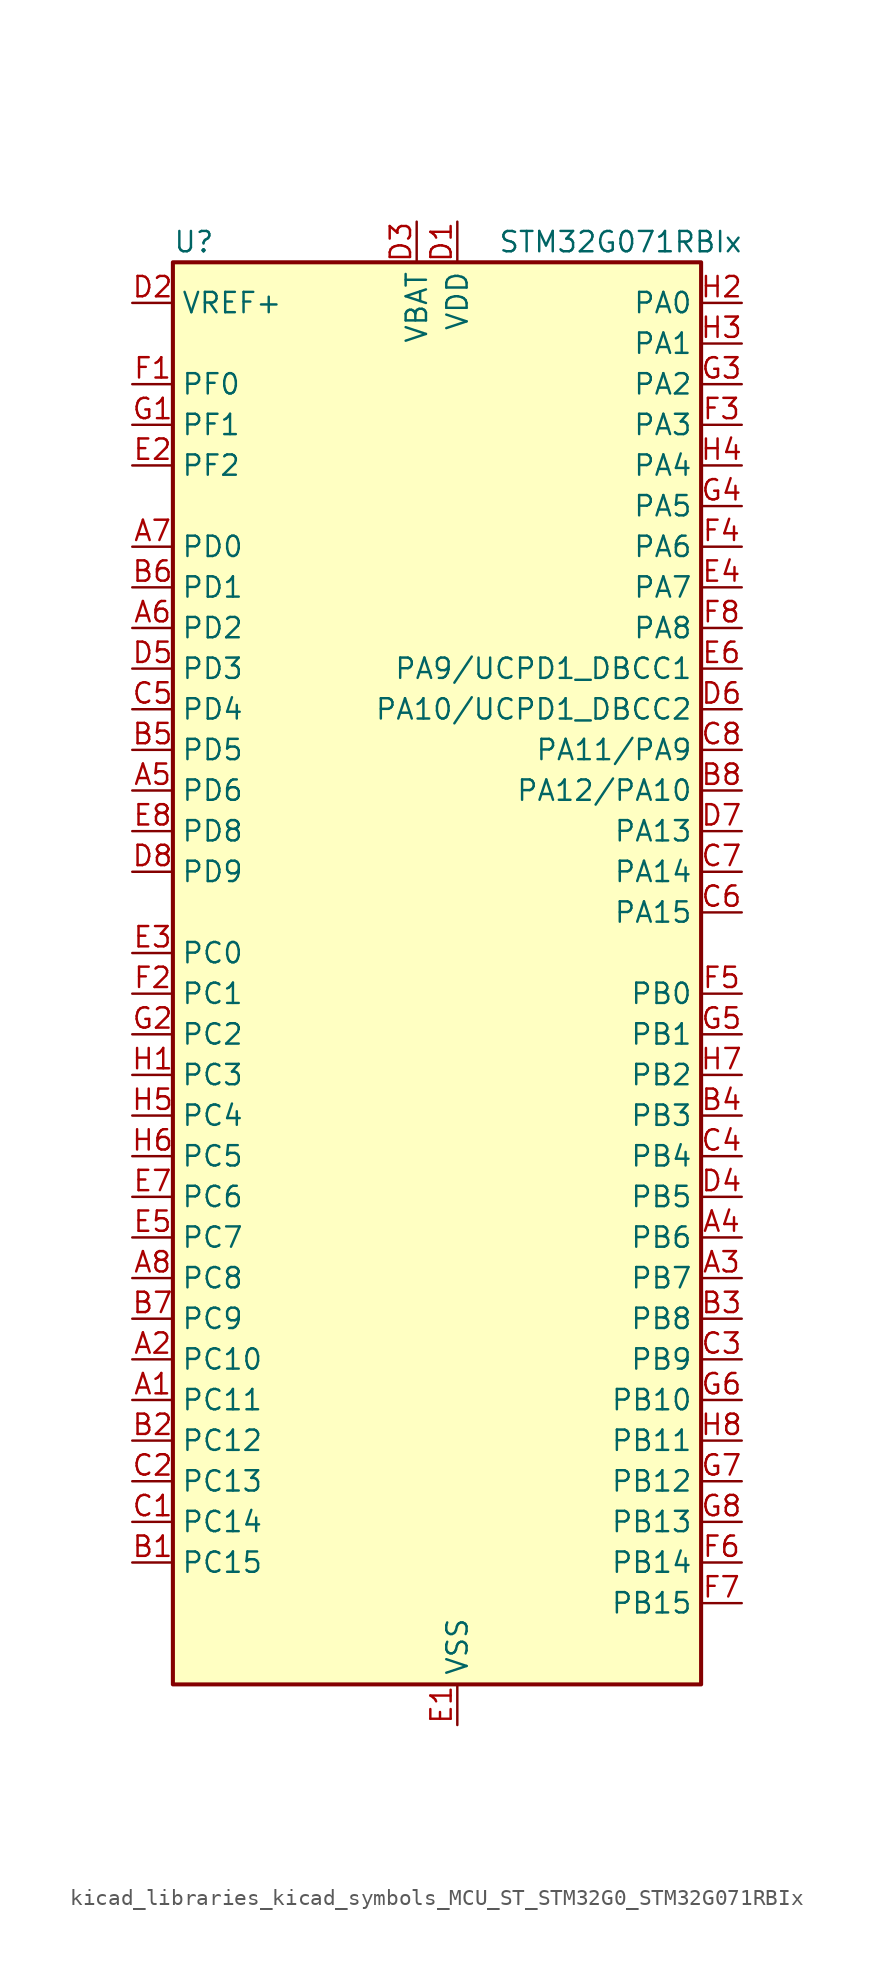
<source format=kicad_sym>
(kicad_symbol_lib
  (version 20220914)
  (generator kicad_symbol_editor)
  (symbol "kicad_libraries_kicad_symbols_MCU_ST_STM32G0_STM32G071RBIx"
    (property "Reference" "U"
      (at -15.24 46.99 0)
      (effects (font (size 1.27 1.27)) (justify left)))
    (property "Value" "STM32G071RBIx"
      (at 5.08 46.99 0)
      (effects (font (size 1.27 1.27)) (justify left)))
    (property "ki_locked" ""
      (at 0 0 0)
      (effects (font (size 1.27 1.27))))
    (symbol "kicad_libraries_kicad_symbols_MCU_ST_STM32G0_STM32G071RBIx_0_1"
      (rectangle (start -15.24 -43.18) (end 17.78 45.72) (stroke (width 0.254) (type default)) (fill (type background))))
    (symbol "kicad_libraries_kicad_symbols_MCU_ST_STM32G0_STM32G071RBIx_1_1"
      (pin bidirectional line (at -17.78 -25.4 0) (length 2.54) (name "PC11" (effects (font (size 1.27 1.27)))) (number "A1" (effects (font (size 1.27 1.27)))) (alternate "ADC1_EXTI11" bidirectional line) (alternate "TIM1_CH4" bidirectional line) (alternate "USART3_RX" bidirectional line) (alternate "USART4_RX" bidirectional line))
      (pin bidirectional line (at -17.78 -22.86 0) (length 2.54) (name "PC10" (effects (font (size 1.27 1.27)))) (number "A2" (effects (font (size 1.27 1.27)))) (alternate "TIM1_CH3" bidirectional line) (alternate "USART3_TX" bidirectional line) (alternate "USART4_TX" bidirectional line))
      (pin bidirectional line (at 20.32 -17.78 180) (length 2.54) (name "PB7" (effects (font (size 1.27 1.27)))) (number "A3" (effects (font (size 1.27 1.27)))) (alternate "COMP2_INM" bidirectional line) (alternate "I2C1_SDA" bidirectional line) (alternate "LPTIM1_IN2" bidirectional line) (alternate "SPI2_MOSI" bidirectional line) (alternate "SYS_PVD_IN" bidirectional line) (alternate "TIM17_CH1N" bidirectional line) (alternate "USART1_RX" bidirectional line) (alternate "USART4_CTS" bidirectional line) (alternate "USART4_NSS" bidirectional line))
      (pin bidirectional line (at 20.32 -15.24 180) (length 2.54) (name "PB6" (effects (font (size 1.27 1.27)))) (number "A4" (effects (font (size 1.27 1.27)))) (alternate "COMP2_INP" bidirectional line) (alternate "I2C1_SCL" bidirectional line) (alternate "LPTIM1_ETR" bidirectional line) (alternate "SPI2_MISO" bidirectional line) (alternate "TIM16_CH1N" bidirectional line) (alternate "TIM1_CH3" bidirectional line) (alternate "USART1_TX" bidirectional line))
      (pin bidirectional line (at -17.78 12.7 0) (length 2.54) (name "PD6" (effects (font (size 1.27 1.27)))) (number "A5" (effects (font (size 1.27 1.27)))) (alternate "I2S1_SD" bidirectional line) (alternate "LPTIM2_OUT" bidirectional line) (alternate "SPI1_MOSI" bidirectional line) (alternate "USART2_RX" bidirectional line))
      (pin bidirectional line (at -17.78 22.86 0) (length 2.54) (name "PD2" (effects (font (size 1.27 1.27)))) (number "A6" (effects (font (size 1.27 1.27)))) (alternate "TIM1_CH1N" bidirectional line) (alternate "TIM3_ETR" bidirectional line) (alternate "UCPD2_CC2" bidirectional line) (alternate "USART3_CK" bidirectional line) (alternate "USART3_DE" bidirectional line) (alternate "USART3_RTS" bidirectional line))
      (pin bidirectional line (at -17.78 27.94 0) (length 2.54) (name "PD0" (effects (font (size 1.27 1.27)))) (number "A7" (effects (font (size 1.27 1.27)))) (alternate "SPI2_NSS" bidirectional line) (alternate "TIM16_CH1" bidirectional line) (alternate "UCPD2_CC1" bidirectional line))
      (pin bidirectional line (at -17.78 -17.78 0) (length 2.54) (name "PC8" (effects (font (size 1.27 1.27)))) (number "A8" (effects (font (size 1.27 1.27)))) (alternate "TIM1_CH1" bidirectional line) (alternate "TIM3_CH3" bidirectional line) (alternate "UCPD2_FRSTX1" bidirectional line) (alternate "UCPD2_FRSTX2" bidirectional line))
      (pin bidirectional line (at -17.78 -35.56 0) (length 2.54) (name "PC15" (effects (font (size 1.27 1.27)))) (number "B1" (effects (font (size 1.27 1.27)))) (alternate "RCC_OSC32_EN" bidirectional line) (alternate "RCC_OSC32_OUT" bidirectional line) (alternate "RCC_OSC_EN" bidirectional line) (alternate "TIM15_BK" bidirectional line))
      (pin bidirectional line (at -17.78 -27.94 0) (length 2.54) (name "PC12" (effects (font (size 1.27 1.27)))) (number "B2" (effects (font (size 1.27 1.27)))) (alternate "LPTIM1_IN1" bidirectional line) (alternate "TIM14_CH1" bidirectional line) (alternate "UCPD1_FRSTX1" bidirectional line) (alternate "UCPD1_FRSTX2" bidirectional line))
      (pin bidirectional line (at 20.32 -20.32 180) (length 2.54) (name "PB8" (effects (font (size 1.27 1.27)))) (number "B3" (effects (font (size 1.27 1.27)))) (alternate "CEC" bidirectional line) (alternate "I2C1_SCL" bidirectional line) (alternate "SPI2_SCK" bidirectional line) (alternate "TIM15_BK" bidirectional line) (alternate "TIM16_CH1" bidirectional line) (alternate "USART3_TX" bidirectional line))
      (pin bidirectional line (at 20.32 -7.62 180) (length 2.54) (name "PB3" (effects (font (size 1.27 1.27)))) (number "B4" (effects (font (size 1.27 1.27)))) (alternate "COMP2_INM" bidirectional line) (alternate "I2S1_CK" bidirectional line) (alternate "SPI1_SCK" bidirectional line) (alternate "TIM1_CH2" bidirectional line) (alternate "TIM2_CH2" bidirectional line) (alternate "USART1_CK" bidirectional line) (alternate "USART1_DE" bidirectional line) (alternate "USART1_RTS" bidirectional line))
      (pin bidirectional line (at -17.78 15.24 0) (length 2.54) (name "PD5" (effects (font (size 1.27 1.27)))) (number "B5" (effects (font (size 1.27 1.27)))) (alternate "I2S1_MCK" bidirectional line) (alternate "SPI1_MISO" bidirectional line) (alternate "TIM1_BK" bidirectional line) (alternate "USART2_TX" bidirectional line))
      (pin bidirectional line (at -17.78 25.4 0) (length 2.54) (name "PD1" (effects (font (size 1.27 1.27)))) (number "B6" (effects (font (size 1.27 1.27)))) (alternate "SPI2_SCK" bidirectional line) (alternate "TIM17_CH1" bidirectional line) (alternate "UCPD2_DBCC1" bidirectional line))
      (pin bidirectional line (at -17.78 -20.32 0) (length 2.54) (name "PC9" (effects (font (size 1.27 1.27)))) (number "B7" (effects (font (size 1.27 1.27)))) (alternate "DAC1_EXTI9" bidirectional line) (alternate "I2S_CKIN" bidirectional line) (alternate "TIM1_CH2" bidirectional line) (alternate "TIM3_CH4" bidirectional line))
      (pin bidirectional line (at 20.32 12.7 180) (length 2.54) (name "PA12/PA10" (effects (font (size 1.27 1.27)))) (number "B8" (effects (font (size 1.27 1.27)))) (alternate "COMP2_OUT" bidirectional line) (alternate "I2C2_SDA" bidirectional line) (alternate "I2S1_SD" bidirectional line) (alternate "I2S_CKIN" bidirectional line) (alternate "SPI1_MOSI" bidirectional line) (alternate "TIM1_ETR" bidirectional line) (alternate "USART1_CK" bidirectional line) (alternate "USART1_DE" bidirectional line) (alternate "USART1_RTS" bidirectional line))
      (pin bidirectional line (at -17.78 -33.02 0) (length 2.54) (name "PC14" (effects (font (size 1.27 1.27)))) (number "C1" (effects (font (size 1.27 1.27)))) (alternate "RCC_OSC32_IN" bidirectional line) (alternate "TIM1_BK2" bidirectional line))
      (pin bidirectional line (at -17.78 -30.48 0) (length 2.54) (name "PC13" (effects (font (size 1.27 1.27)))) (number "C2" (effects (font (size 1.27 1.27)))) (alternate "RTC_OUT_ALARM" bidirectional line) (alternate "RTC_OUT_CALIB" bidirectional line) (alternate "RTC_TAMP_IN1" bidirectional line) (alternate "RTC_TS" bidirectional line) (alternate "SYS_WKUP2" bidirectional line) (alternate "TIM1_BK" bidirectional line))
      (pin bidirectional line (at 20.32 -22.86 180) (length 2.54) (name "PB9" (effects (font (size 1.27 1.27)))) (number "C3" (effects (font (size 1.27 1.27)))) (alternate "DAC1_EXTI9" bidirectional line) (alternate "I2C1_SDA" bidirectional line) (alternate "IR_OUT" bidirectional line) (alternate "SPI2_NSS" bidirectional line) (alternate "TIM17_CH1" bidirectional line) (alternate "UCPD2_FRSTX1" bidirectional line) (alternate "UCPD2_FRSTX2" bidirectional line) (alternate "USART3_RX" bidirectional line))
      (pin bidirectional line (at 20.32 -10.16 180) (length 2.54) (name "PB4" (effects (font (size 1.27 1.27)))) (number "C4" (effects (font (size 1.27 1.27)))) (alternate "COMP2_INP" bidirectional line) (alternate "I2S1_MCK" bidirectional line) (alternate "SPI1_MISO" bidirectional line) (alternate "TIM17_BK" bidirectional line) (alternate "TIM3_CH1" bidirectional line) (alternate "USART1_CTS" bidirectional line) (alternate "USART1_NSS" bidirectional line))
      (pin bidirectional line (at -17.78 17.78 0) (length 2.54) (name "PD4" (effects (font (size 1.27 1.27)))) (number "C5" (effects (font (size 1.27 1.27)))) (alternate "SPI2_MOSI" bidirectional line) (alternate "TIM1_CH3N" bidirectional line) (alternate "USART2_CK" bidirectional line) (alternate "USART2_DE" bidirectional line) (alternate "USART2_RTS" bidirectional line))
      (pin bidirectional line (at 20.32 5.08 180) (length 2.54) (name "PA15" (effects (font (size 1.27 1.27)))) (number "C6" (effects (font (size 1.27 1.27)))) (alternate "I2S1_WS" bidirectional line) (alternate "SPI1_NSS" bidirectional line) (alternate "TIM2_CH1" bidirectional line) (alternate "TIM2_ETR" bidirectional line) (alternate "USART2_RX" bidirectional line) (alternate "USART3_CK" bidirectional line) (alternate "USART3_DE" bidirectional line) (alternate "USART3_RTS" bidirectional line) (alternate "USART4_CK" bidirectional line) (alternate "USART4_DE" bidirectional line) (alternate "USART4_RTS" bidirectional line))
      (pin bidirectional line (at 20.32 7.62 180) (length 2.54) (name "PA14" (effects (font (size 1.27 1.27)))) (number "C7" (effects (font (size 1.27 1.27)))) (alternate "SYS_SWCLK" bidirectional line) (alternate "USART2_TX" bidirectional line))
      (pin bidirectional line (at 20.32 15.24 180) (length 2.54) (name "PA11/PA9" (effects (font (size 1.27 1.27)))) (number "C8" (effects (font (size 1.27 1.27)))) (alternate "ADC1_EXTI11" bidirectional line) (alternate "COMP1_OUT" bidirectional line) (alternate "I2C2_SCL" bidirectional line) (alternate "I2S1_MCK" bidirectional line) (alternate "SPI1_MISO" bidirectional line) (alternate "TIM1_BK2" bidirectional line) (alternate "TIM1_CH4" bidirectional line) (alternate "USART1_CTS" bidirectional line) (alternate "USART1_NSS" bidirectional line))
      (pin power_in line (at 2.54 48.26 270) (length 2.54) (name "VDD" (effects (font (size 1.27 1.27)))) (number "D1" (effects (font (size 1.27 1.27)))))
      (pin input line (at -17.78 43.18 0) (length 2.54) (name "VREF+" (effects (font (size 1.27 1.27)))) (number "D2" (effects (font (size 1.27 1.27)))) (alternate "VREFBUF_OUT" bidirectional line))
      (pin power_in line (at 0 48.26 270) (length 2.54) (name "VBAT" (effects (font (size 1.27 1.27)))) (number "D3" (effects (font (size 1.27 1.27)))))
      (pin bidirectional line (at 20.32 -12.7 180) (length 2.54) (name "PB5" (effects (font (size 1.27 1.27)))) (number "D4" (effects (font (size 1.27 1.27)))) (alternate "COMP2_OUT" bidirectional line) (alternate "I2C1_SMBA" bidirectional line) (alternate "I2S1_SD" bidirectional line) (alternate "LPTIM1_IN1" bidirectional line) (alternate "SPI1_MOSI" bidirectional line) (alternate "SYS_WKUP6" bidirectional line) (alternate "TIM16_BK" bidirectional line) (alternate "TIM3_CH2" bidirectional line))
      (pin bidirectional line (at -17.78 20.32 0) (length 2.54) (name "PD3" (effects (font (size 1.27 1.27)))) (number "D5" (effects (font (size 1.27 1.27)))) (alternate "SPI2_MISO" bidirectional line) (alternate "TIM1_CH2N" bidirectional line) (alternate "UCPD2_DBCC2" bidirectional line) (alternate "USART2_CTS" bidirectional line) (alternate "USART2_NSS" bidirectional line))
      (pin bidirectional line (at 20.32 17.78 180) (length 2.54) (name "PA10/UCPD1_DBCC2" (effects (font (size 1.27 1.27)))) (number "D6" (effects (font (size 1.27 1.27)))) (alternate "I2C1_SDA" bidirectional line) (alternate "SPI2_MOSI" bidirectional line) (alternate "TIM17_BK" bidirectional line) (alternate "TIM1_CH3" bidirectional line) (alternate "UCPD1_DBCC2" bidirectional line) (alternate "USART1_RX" bidirectional line))
      (pin bidirectional line (at 20.32 10.16 180) (length 2.54) (name "PA13" (effects (font (size 1.27 1.27)))) (number "D7" (effects (font (size 1.27 1.27)))) (alternate "IR_OUT" bidirectional line) (alternate "SYS_SWDIO" bidirectional line))
      (pin bidirectional line (at -17.78 7.62 0) (length 2.54) (name "PD9" (effects (font (size 1.27 1.27)))) (number "D8" (effects (font (size 1.27 1.27)))) (alternate "DAC1_EXTI9" bidirectional line) (alternate "I2S1_WS" bidirectional line) (alternate "SPI1_NSS" bidirectional line) (alternate "TIM1_BK2" bidirectional line) (alternate "USART3_RX" bidirectional line))
      (pin power_in line (at 2.54 -45.72 90) (length 2.54) (name "VSS" (effects (font (size 1.27 1.27)))) (number "E1" (effects (font (size 1.27 1.27)))))
      (pin bidirectional line (at -17.78 33.02 0) (length 2.54) (name "PF2" (effects (font (size 1.27 1.27)))) (number "E2" (effects (font (size 1.27 1.27)))) (alternate "RCC_MCO" bidirectional line))
      (pin bidirectional line (at -17.78 2.54 0) (length 2.54) (name "PC0" (effects (font (size 1.27 1.27)))) (number "E3" (effects (font (size 1.27 1.27)))) (alternate "LPTIM1_IN1" bidirectional line) (alternate "LPTIM2_IN1" bidirectional line) (alternate "LPUART1_RX" bidirectional line))
      (pin bidirectional line (at 20.32 25.4 180) (length 2.54) (name "PA7" (effects (font (size 1.27 1.27)))) (number "E4" (effects (font (size 1.27 1.27)))) (alternate "ADC1_IN7" bidirectional line) (alternate "COMP2_OUT" bidirectional line) (alternate "I2S1_SD" bidirectional line) (alternate "SPI1_MOSI" bidirectional line) (alternate "TIM14_CH1" bidirectional line) (alternate "TIM17_CH1" bidirectional line) (alternate "TIM1_CH1N" bidirectional line) (alternate "TIM3_CH2" bidirectional line) (alternate "UCPD1_FRSTX1" bidirectional line) (alternate "UCPD1_FRSTX2" bidirectional line))
      (pin bidirectional line (at -17.78 -15.24 0) (length 2.54) (name "PC7" (effects (font (size 1.27 1.27)))) (number "E5" (effects (font (size 1.27 1.27)))) (alternate "TIM2_CH4" bidirectional line) (alternate "TIM3_CH2" bidirectional line) (alternate "UCPD2_FRSTX1" bidirectional line) (alternate "UCPD2_FRSTX2" bidirectional line))
      (pin bidirectional line (at 20.32 20.32 180) (length 2.54) (name "PA9/UCPD1_DBCC1" (effects (font (size 1.27 1.27)))) (number "E6" (effects (font (size 1.27 1.27)))) (alternate "DAC1_EXTI9" bidirectional line) (alternate "I2C1_SCL" bidirectional line) (alternate "RCC_MCO" bidirectional line) (alternate "SPI2_MISO" bidirectional line) (alternate "TIM15_BK" bidirectional line) (alternate "TIM1_CH2" bidirectional line) (alternate "UCPD1_DBCC1" bidirectional line) (alternate "USART1_TX" bidirectional line))
      (pin bidirectional line (at -17.78 -12.7 0) (length 2.54) (name "PC6" (effects (font (size 1.27 1.27)))) (number "E7" (effects (font (size 1.27 1.27)))) (alternate "TIM2_CH3" bidirectional line) (alternate "TIM3_CH1" bidirectional line) (alternate "UCPD1_FRSTX1" bidirectional line) (alternate "UCPD1_FRSTX2" bidirectional line))
      (pin bidirectional line (at -17.78 10.16 0) (length 2.54) (name "PD8" (effects (font (size 1.27 1.27)))) (number "E8" (effects (font (size 1.27 1.27)))) (alternate "I2S1_CK" bidirectional line) (alternate "LPTIM1_OUT" bidirectional line) (alternate "SPI1_SCK" bidirectional line) (alternate "USART3_TX" bidirectional line))
      (pin bidirectional line (at -17.78 38.1 0) (length 2.54) (name "PF0" (effects (font (size 1.27 1.27)))) (number "F1" (effects (font (size 1.27 1.27)))) (alternate "RCC_OSC_IN" bidirectional line) (alternate "TIM14_CH1" bidirectional line))
      (pin bidirectional line (at -17.78 0 0) (length 2.54) (name "PC1" (effects (font (size 1.27 1.27)))) (number "F2" (effects (font (size 1.27 1.27)))) (alternate "LPTIM1_OUT" bidirectional line) (alternate "LPUART1_TX" bidirectional line) (alternate "TIM15_CH1" bidirectional line))
      (pin bidirectional line (at 20.32 35.56 180) (length 2.54) (name "PA3" (effects (font (size 1.27 1.27)))) (number "F3" (effects (font (size 1.27 1.27)))) (alternate "ADC1_IN3" bidirectional line) (alternate "COMP2_INP" bidirectional line) (alternate "LPUART1_RX" bidirectional line) (alternate "SPI2_MISO" bidirectional line) (alternate "TIM15_CH2" bidirectional line) (alternate "TIM2_CH4" bidirectional line) (alternate "UCPD2_FRSTX1" bidirectional line) (alternate "UCPD2_FRSTX2" bidirectional line) (alternate "USART2_RX" bidirectional line))
      (pin bidirectional line (at 20.32 27.94 180) (length 2.54) (name "PA6" (effects (font (size 1.27 1.27)))) (number "F4" (effects (font (size 1.27 1.27)))) (alternate "ADC1_IN6" bidirectional line) (alternate "COMP1_OUT" bidirectional line) (alternate "I2S1_MCK" bidirectional line) (alternate "LPUART1_CTS" bidirectional line) (alternate "SPI1_MISO" bidirectional line) (alternate "TIM16_CH1" bidirectional line) (alternate "TIM1_BK" bidirectional line) (alternate "TIM3_CH1" bidirectional line) (alternate "USART3_CTS" bidirectional line) (alternate "USART3_NSS" bidirectional line))
      (pin bidirectional line (at 20.32 0 180) (length 2.54) (name "PB0" (effects (font (size 1.27 1.27)))) (number "F5" (effects (font (size 1.27 1.27)))) (alternate "ADC1_IN8" bidirectional line) (alternate "COMP1_OUT" bidirectional line) (alternate "I2S1_WS" bidirectional line) (alternate "LPTIM1_OUT" bidirectional line) (alternate "SPI1_NSS" bidirectional line) (alternate "TIM1_CH2N" bidirectional line) (alternate "TIM3_CH3" bidirectional line) (alternate "UCPD1_FRSTX1" bidirectional line) (alternate "UCPD1_FRSTX2" bidirectional line) (alternate "USART3_RX" bidirectional line))
      (pin bidirectional line (at 20.32 -35.56 180) (length 2.54) (name "PB14" (effects (font (size 1.27 1.27)))) (number "F6" (effects (font (size 1.27 1.27)))) (alternate "I2C2_SDA" bidirectional line) (alternate "SPI2_MISO" bidirectional line) (alternate "TIM15_CH1" bidirectional line) (alternate "TIM1_CH2N" bidirectional line) (alternate "UCPD1_FRSTX1" bidirectional line) (alternate "UCPD1_FRSTX2" bidirectional line) (alternate "USART3_CK" bidirectional line) (alternate "USART3_DE" bidirectional line) (alternate "USART3_RTS" bidirectional line))
      (pin bidirectional line (at 20.32 -38.1 180) (length 2.54) (name "PB15" (effects (font (size 1.27 1.27)))) (number "F7" (effects (font (size 1.27 1.27)))) (alternate "RTC_REFIN" bidirectional line) (alternate "SPI2_MOSI" bidirectional line) (alternate "TIM15_CH1N" bidirectional line) (alternate "TIM15_CH2" bidirectional line) (alternate "TIM1_CH3N" bidirectional line) (alternate "UCPD1_CC2" bidirectional line))
      (pin bidirectional line (at 20.32 22.86 180) (length 2.54) (name "PA8" (effects (font (size 1.27 1.27)))) (number "F8" (effects (font (size 1.27 1.27)))) (alternate "LPTIM2_OUT" bidirectional line) (alternate "RCC_MCO" bidirectional line) (alternate "SPI2_NSS" bidirectional line) (alternate "TIM1_CH1" bidirectional line) (alternate "UCPD1_CC1" bidirectional line))
      (pin bidirectional line (at -17.78 35.56 0) (length 2.54) (name "PF1" (effects (font (size 1.27 1.27)))) (number "G1" (effects (font (size 1.27 1.27)))) (alternate "RCC_OSC_EN" bidirectional line) (alternate "RCC_OSC_OUT" bidirectional line) (alternate "TIM15_CH1N" bidirectional line))
      (pin bidirectional line (at -17.78 -2.54 0) (length 2.54) (name "PC2" (effects (font (size 1.27 1.27)))) (number "G2" (effects (font (size 1.27 1.27)))) (alternate "LPTIM1_IN2" bidirectional line) (alternate "SPI2_MISO" bidirectional line) (alternate "TIM15_CH2" bidirectional line))
      (pin bidirectional line (at 20.32 38.1 180) (length 2.54) (name "PA2" (effects (font (size 1.27 1.27)))) (number "G3" (effects (font (size 1.27 1.27)))) (alternate "ADC1_IN2" bidirectional line) (alternate "COMP2_INM" bidirectional line) (alternate "COMP2_OUT" bidirectional line) (alternate "I2S1_SD" bidirectional line) (alternate "LPUART1_TX" bidirectional line) (alternate "RCC_LSCO" bidirectional line) (alternate "SPI1_MOSI" bidirectional line) (alternate "SYS_WKUP4" bidirectional line) (alternate "TIM15_CH1" bidirectional line) (alternate "TIM2_CH3" bidirectional line) (alternate "UCPD1_FRSTX1" bidirectional line) (alternate "UCPD1_FRSTX2" bidirectional line) (alternate "USART2_TX" bidirectional line))
      (pin bidirectional line (at 20.32 30.48 180) (length 2.54) (name "PA5" (effects (font (size 1.27 1.27)))) (number "G4" (effects (font (size 1.27 1.27)))) (alternate "ADC1_IN5" bidirectional line) (alternate "CEC" bidirectional line) (alternate "DAC1_OUT2" bidirectional line) (alternate "I2S1_CK" bidirectional line) (alternate "LPTIM2_ETR" bidirectional line) (alternate "SPI1_SCK" bidirectional line) (alternate "TIM2_CH1" bidirectional line) (alternate "TIM2_ETR" bidirectional line) (alternate "UCPD1_FRSTX1" bidirectional line) (alternate "UCPD1_FRSTX2" bidirectional line) (alternate "USART3_TX" bidirectional line))
      (pin bidirectional line (at 20.32 -2.54 180) (length 2.54) (name "PB1" (effects (font (size 1.27 1.27)))) (number "G5" (effects (font (size 1.27 1.27)))) (alternate "ADC1_IN9" bidirectional line) (alternate "COMP1_INM" bidirectional line) (alternate "LPTIM2_IN1" bidirectional line) (alternate "LPUART1_DE" bidirectional line) (alternate "LPUART1_RTS" bidirectional line) (alternate "TIM14_CH1" bidirectional line) (alternate "TIM1_CH3N" bidirectional line) (alternate "TIM3_CH4" bidirectional line) (alternate "USART3_CK" bidirectional line) (alternate "USART3_DE" bidirectional line) (alternate "USART3_RTS" bidirectional line))
      (pin bidirectional line (at 20.32 -25.4 180) (length 2.54) (name "PB10" (effects (font (size 1.27 1.27)))) (number "G6" (effects (font (size 1.27 1.27)))) (alternate "ADC1_IN11" bidirectional line) (alternate "CEC" bidirectional line) (alternate "COMP1_OUT" bidirectional line) (alternate "I2C2_SCL" bidirectional line) (alternate "LPUART1_RX" bidirectional line) (alternate "SPI2_SCK" bidirectional line) (alternate "TIM2_CH3" bidirectional line) (alternate "USART3_TX" bidirectional line))
      (pin bidirectional line (at 20.32 -30.48 180) (length 2.54) (name "PB12" (effects (font (size 1.27 1.27)))) (number "G7" (effects (font (size 1.27 1.27)))) (alternate "ADC1_IN16" bidirectional line) (alternate "LPUART1_DE" bidirectional line) (alternate "LPUART1_RTS" bidirectional line) (alternate "SPI2_NSS" bidirectional line) (alternate "TIM15_BK" bidirectional line) (alternate "TIM1_BK" bidirectional line) (alternate "UCPD2_FRSTX1" bidirectional line) (alternate "UCPD2_FRSTX2" bidirectional line))
      (pin bidirectional line (at 20.32 -33.02 180) (length 2.54) (name "PB13" (effects (font (size 1.27 1.27)))) (number "G8" (effects (font (size 1.27 1.27)))) (alternate "I2C2_SCL" bidirectional line) (alternate "LPUART1_CTS" bidirectional line) (alternate "SPI2_SCK" bidirectional line) (alternate "TIM15_CH1N" bidirectional line) (alternate "TIM1_CH1N" bidirectional line) (alternate "USART3_CTS" bidirectional line) (alternate "USART3_NSS" bidirectional line))
      (pin bidirectional line (at -17.78 -5.08 0) (length 2.54) (name "PC3" (effects (font (size 1.27 1.27)))) (number "H1" (effects (font (size 1.27 1.27)))) (alternate "LPTIM1_ETR" bidirectional line) (alternate "LPTIM2_ETR" bidirectional line) (alternate "SPI2_MOSI" bidirectional line))
      (pin bidirectional line (at 20.32 43.18 180) (length 2.54) (name "PA0" (effects (font (size 1.27 1.27)))) (number "H2" (effects (font (size 1.27 1.27)))) (alternate "ADC1_IN0" bidirectional line) (alternate "COMP1_INM" bidirectional line) (alternate "COMP1_OUT" bidirectional line) (alternate "LPTIM1_OUT" bidirectional line) (alternate "RTC_TAMP_IN2" bidirectional line) (alternate "SPI2_SCK" bidirectional line) (alternate "SYS_WKUP1" bidirectional line) (alternate "TIM2_CH1" bidirectional line) (alternate "TIM2_ETR" bidirectional line) (alternate "UCPD2_FRSTX1" bidirectional line) (alternate "UCPD2_FRSTX2" bidirectional line) (alternate "USART2_CTS" bidirectional line) (alternate "USART2_NSS" bidirectional line) (alternate "USART4_TX" bidirectional line))
      (pin bidirectional line (at 20.32 40.64 180) (length 2.54) (name "PA1" (effects (font (size 1.27 1.27)))) (number "H3" (effects (font (size 1.27 1.27)))) (alternate "ADC1_IN1" bidirectional line) (alternate "COMP1_INP" bidirectional line) (alternate "I2C1_SMBA" bidirectional line) (alternate "I2S1_CK" bidirectional line) (alternate "SPI1_SCK" bidirectional line) (alternate "TIM15_CH1N" bidirectional line) (alternate "TIM2_CH2" bidirectional line) (alternate "USART2_CK" bidirectional line) (alternate "USART2_DE" bidirectional line) (alternate "USART2_RTS" bidirectional line) (alternate "USART4_RX" bidirectional line))
      (pin bidirectional line (at 20.32 33.02 180) (length 2.54) (name "PA4" (effects (font (size 1.27 1.27)))) (number "H4" (effects (font (size 1.27 1.27)))) (alternate "ADC1_IN4" bidirectional line) (alternate "DAC1_OUT1" bidirectional line) (alternate "I2S1_WS" bidirectional line) (alternate "LPTIM2_OUT" bidirectional line) (alternate "RTC_OUT_ALARM" bidirectional line) (alternate "RTC_OUT_CALIB" bidirectional line) (alternate "SPI1_NSS" bidirectional line) (alternate "SPI2_MOSI" bidirectional line) (alternate "TIM14_CH1" bidirectional line) (alternate "UCPD2_FRSTX1" bidirectional line) (alternate "UCPD2_FRSTX2" bidirectional line))
      (pin bidirectional line (at -17.78 -7.62 0) (length 2.54) (name "PC4" (effects (font (size 1.27 1.27)))) (number "H5" (effects (font (size 1.27 1.27)))) (alternate "ADC1_IN17" bidirectional line) (alternate "COMP1_INM" bidirectional line) (alternate "TIM2_CH1" bidirectional line) (alternate "TIM2_ETR" bidirectional line) (alternate "USART1_TX" bidirectional line) (alternate "USART3_TX" bidirectional line))
      (pin bidirectional line (at -17.78 -10.16 0) (length 2.54) (name "PC5" (effects (font (size 1.27 1.27)))) (number "H6" (effects (font (size 1.27 1.27)))) (alternate "ADC1_IN18" bidirectional line) (alternate "COMP1_INP" bidirectional line) (alternate "SYS_WKUP5" bidirectional line) (alternate "TIM2_CH2" bidirectional line) (alternate "USART1_RX" bidirectional line) (alternate "USART3_RX" bidirectional line))
      (pin bidirectional line (at 20.32 -5.08 180) (length 2.54) (name "PB2" (effects (font (size 1.27 1.27)))) (number "H7" (effects (font (size 1.27 1.27)))) (alternate "ADC1_IN10" bidirectional line) (alternate "COMP1_INP" bidirectional line) (alternate "LPTIM1_OUT" bidirectional line) (alternate "SPI2_MISO" bidirectional line) (alternate "USART3_TX" bidirectional line))
      (pin bidirectional line (at 20.32 -27.94 180) (length 2.54) (name "PB11" (effects (font (size 1.27 1.27)))) (number "H8" (effects (font (size 1.27 1.27)))) (alternate "ADC1_EXTI11" bidirectional line) (alternate "ADC1_IN15" bidirectional line) (alternate "COMP2_OUT" bidirectional line) (alternate "I2C2_SDA" bidirectional line) (alternate "LPUART1_TX" bidirectional line) (alternate "SPI2_MOSI" bidirectional line) (alternate "TIM2_CH4" bidirectional line) (alternate "USART3_RX" bidirectional line)))))
</source>
